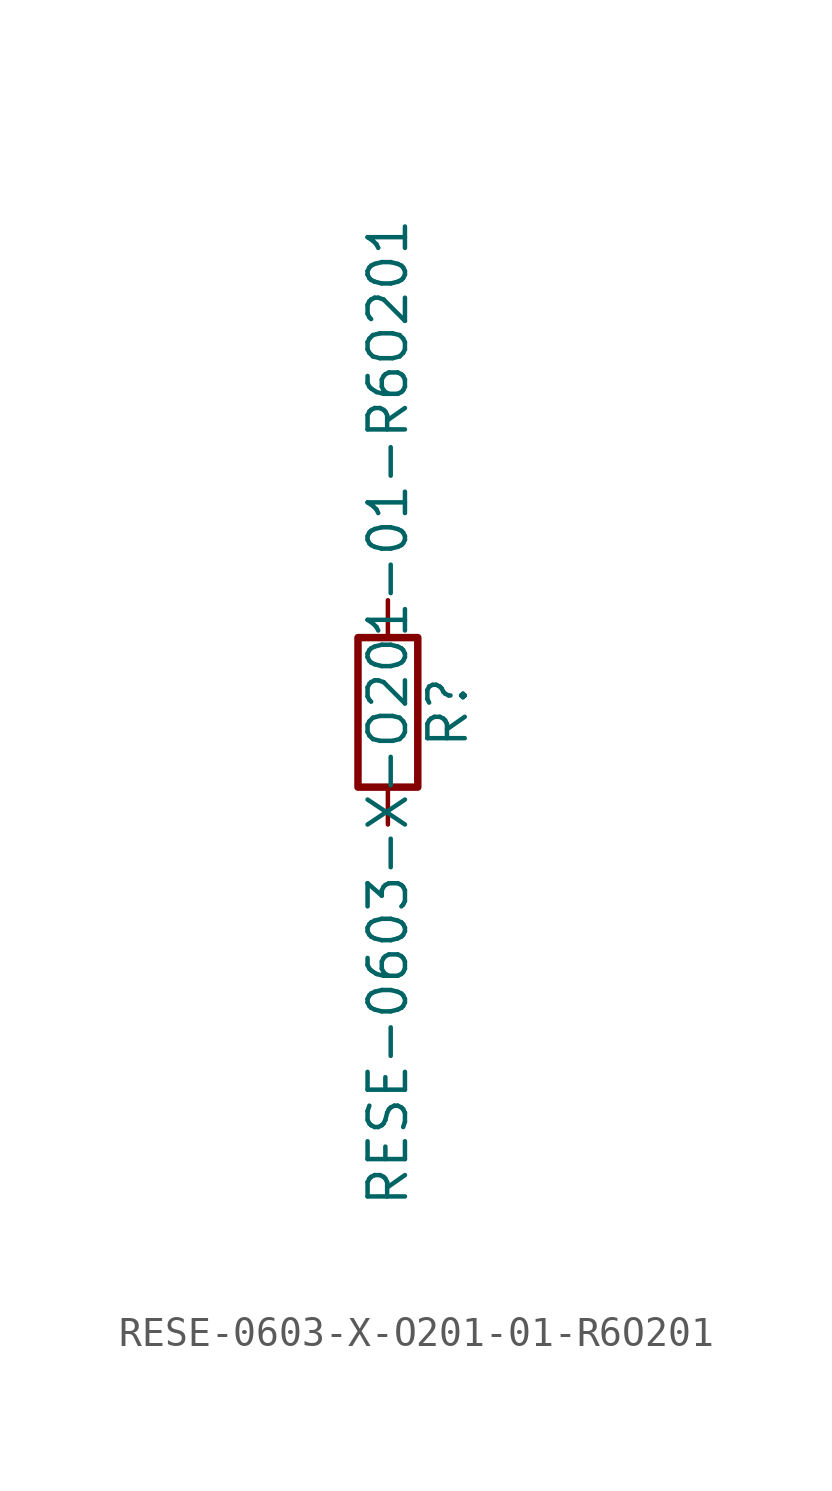
<source format=kicad_sym>
(kicad_symbol_lib
  (version 20211014)
  (generator kicad_symbol_editor)
  (symbol "RESE-0603-X-O201-01-R6O201"
    (pin_numbers hide)
    (pin_names
      (offset 0))
    (property "Reference" "R"
      (at 2.032 0 90)
      (effects (font (size 1.27 1.27))))
    (property "Value" "RESE-0603-X-O201-01-R6O201"
      (at 0 0 90)
      (effects (font (size 1.27 1.27))))
    (symbol "RESE-0603-X-O201-01-R6O201_0_1"
      (rectangle (start -1.016 -2.54) (end 1.016 2.54) (stroke (width 0.254) (type default) (color 0 0 0 0)) (fill (type none))))
    (symbol "RESE-0603-X-O201-01-R6O201_1_1"
      (pin passive line (at 0 3.81 270) (length 1.27) (name "~" (effects (font (size 1.27 1.27)))) (number "1" (effects (font (size 1.27 1.27)))))
      (pin passive line (at 0 -3.81 90) (length 1.27) (name "~" (effects (font (size 1.27 1.27)))) (number "2" (effects (font (size 1.27 1.27))))))))
</source>
